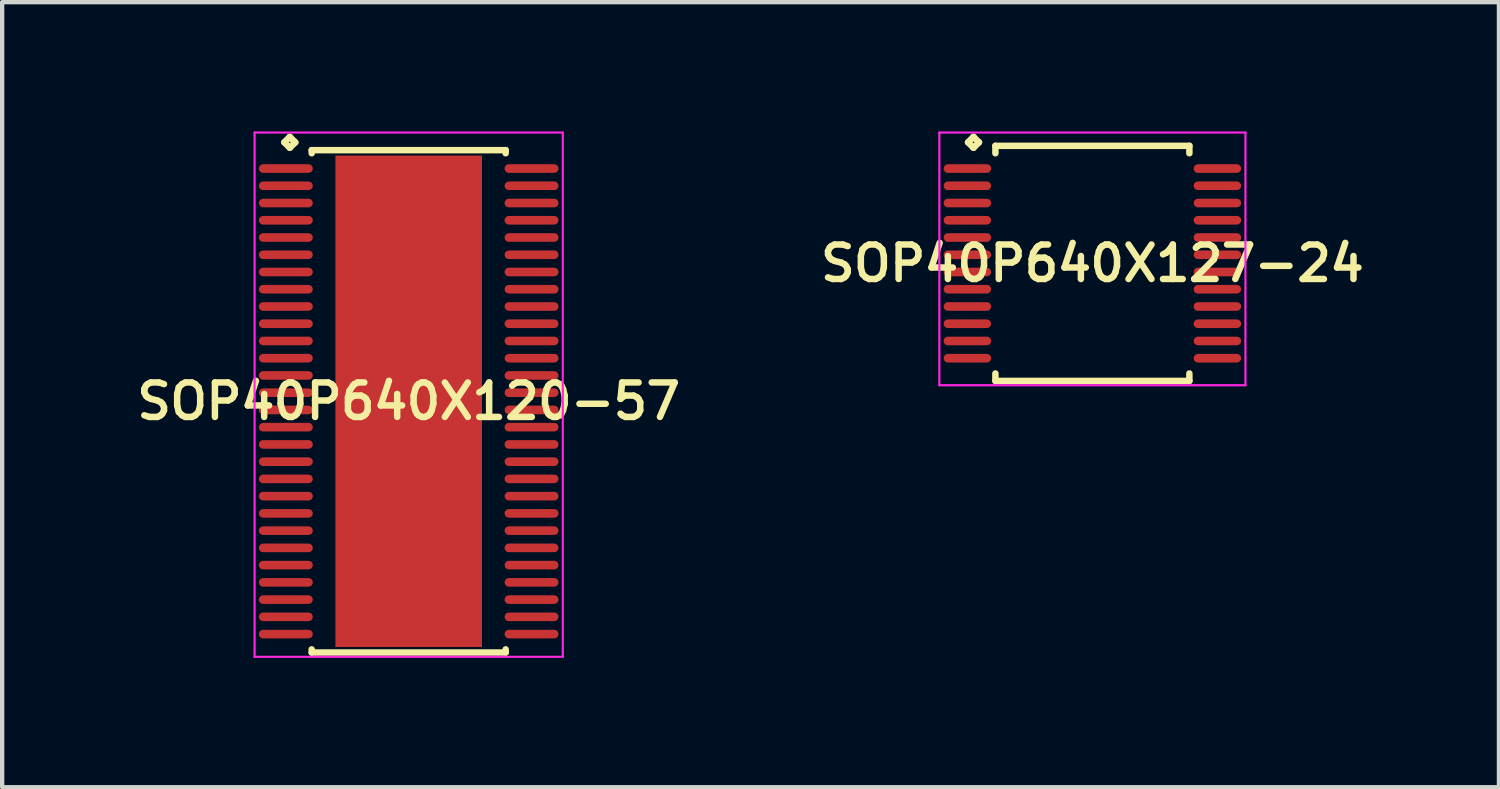
<source format=kicad_pcb>
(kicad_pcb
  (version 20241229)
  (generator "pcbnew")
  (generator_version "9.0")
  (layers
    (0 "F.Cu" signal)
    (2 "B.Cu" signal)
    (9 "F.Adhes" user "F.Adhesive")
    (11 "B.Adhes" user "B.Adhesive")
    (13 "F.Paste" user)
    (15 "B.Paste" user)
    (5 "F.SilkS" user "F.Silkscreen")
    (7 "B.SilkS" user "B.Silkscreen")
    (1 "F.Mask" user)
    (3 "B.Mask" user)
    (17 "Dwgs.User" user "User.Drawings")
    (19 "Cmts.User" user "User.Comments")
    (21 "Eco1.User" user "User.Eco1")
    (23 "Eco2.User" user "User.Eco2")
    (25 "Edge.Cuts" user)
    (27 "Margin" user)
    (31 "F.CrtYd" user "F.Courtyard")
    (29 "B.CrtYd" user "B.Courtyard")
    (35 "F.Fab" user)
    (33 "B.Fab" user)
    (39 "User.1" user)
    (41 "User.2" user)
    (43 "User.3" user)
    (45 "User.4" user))
  (footprint "SOP40P640X127-24"
    (layer "F.Cu")
    (at 22.292 3.06)
    (property "Reference" "SOP40P640X127-24" (at 0 0 0) (layer "F.SilkS") (effects (font (size 0.8 0.8) (thickness 0.15))))
    (attr smd)
    (fp_line (start -2.885 -2.808) (end -2.758 -2.935) (stroke (width 0.15) (type solid)) (layer "F.SilkS"))
    (fp_line (start -2.758 -2.935) (end -2.631 -2.808) (stroke (width 0.15) (type solid)) (layer "F.SilkS"))
    (fp_line (start -2.758 -2.681) (end -2.885 -2.808) (stroke (width 0.15) (type solid)) (layer "F.SilkS"))
    (fp_line (start -2.631 -2.808) (end -2.758 -2.681) (stroke (width 0.15) (type solid)) (layer "F.SilkS"))
    (fp_line (start -2.25 -2.727) (end 2.25 -2.727) (stroke (width 0.15) (type solid)) (layer "F.SilkS"))
    (fp_line (start -2.25 -2.554) (end -2.25 -2.727) (stroke (width 0.15) (type solid)) (layer "F.SilkS"))
    (fp_line (start -2.25 2.554) (end -2.25 2.727) (stroke (width 0.15) (type solid)) (layer "F.SilkS"))
    (fp_line (start -2.25 2.727) (end 2.25 2.727) (stroke (width 0.15) (type solid)) (layer "F.SilkS"))
    (fp_line (start 2.25 -2.727) (end 2.25 -2.554) (stroke (width 0.15) (type solid)) (layer "F.SilkS"))
    (fp_line (start 2.25 2.727) (end 2.25 2.554) (stroke (width 0.15) (type solid)) (layer "F.SilkS"))
    (fp_line (start -3.55 -3.035) (end 3.55 -3.035) (stroke (width 0.05) (type solid)) (layer "F.CrtYd"))
    (fp_line (start -3.55 2.827) (end -3.55 -3.035) (stroke (width 0.05) (type solid)) (layer "F.CrtYd"))
    (fp_line (start 3.55 -3.035) (end 3.55 2.827) (stroke (width 0.05) (type solid)) (layer "F.CrtYd"))
    (fp_line (start 3.55 2.827) (end -3.55 2.827) (stroke (width 0.05) (type solid)) (layer "F.CrtYd"))
    (pad "1" smd oval (at -2.9 -2.2) (size 1.1 0.2) (layers "F.Cu" "F.Mask" "F.Paste"))
    (pad "2" smd oval (at -2.9 -1.8) (size 1.1 0.2) (layers "F.Cu" "F.Mask" "F.Paste"))
    (pad "3" smd oval (at -2.9 -1.4) (size 1.1 0.2) (layers "F.Cu" "F.Mask" "F.Paste"))
    (pad "4" smd oval (at -2.9 -1) (size 1.1 0.2) (layers "F.Cu" "F.Mask" "F.Paste"))
    (pad "5" smd oval (at -2.9 -0.6) (size 1.1 0.2) (layers "F.Cu" "F.Mask" "F.Paste"))
    (pad "6" smd oval (at -2.9 -0.2) (size 1.1 0.2) (layers "F.Cu" "F.Mask" "F.Paste"))
    (pad "7" smd oval (at -2.9 0.2) (size 1.1 0.2) (layers "F.Cu" "F.Mask" "F.Paste"))
    (pad "8" smd oval (at -2.9 0.6) (size 1.1 0.2) (layers "F.Cu" "F.Mask" "F.Paste"))
    (pad "9" smd oval (at -2.9 1) (size 1.1 0.2) (layers "F.Cu" "F.Mask" "F.Paste"))
    (pad "10" smd oval (at -2.9 1.4) (size 1.1 0.2) (layers "F.Cu" "F.Mask" "F.Paste"))
    (pad "11" smd oval (at -2.9 1.8) (size 1.1 0.2) (layers "F.Cu" "F.Mask" "F.Paste"))
    (pad "12" smd oval (at -2.9 2.2) (size 1.1 0.2) (layers "F.Cu" "F.Mask" "F.Paste"))
    (pad "13" smd oval (at 2.9 2.2) (size 1.1 0.2) (layers "F.Cu" "F.Mask" "F.Paste"))
    (pad "14" smd oval (at 2.9 1.8) (size 1.1 0.2) (layers "F.Cu" "F.Mask" "F.Paste"))
    (pad "15" smd oval (at 2.9 1.4) (size 1.1 0.2) (layers "F.Cu" "F.Mask" "F.Paste"))
    (pad "16" smd oval (at 2.9 1) (size 1.1 0.2) (layers "F.Cu" "F.Mask" "F.Paste"))
    (pad "17" smd oval (at 2.9 0.6) (size 1.1 0.2) (layers "F.Cu" "F.Mask" "F.Paste"))
    (pad "18" smd oval (at 2.9 0.2) (size 1.1 0.2) (layers "F.Cu" "F.Mask" "F.Paste"))
    (pad "19" smd oval (at 2.9 -0.2) (size 1.1 0.2) (layers "F.Cu" "F.Mask" "F.Paste"))
    (pad "20" smd oval (at 2.9 -0.6) (size 1.1 0.2) (layers "F.Cu" "F.Mask" "F.Paste"))
    (pad "21" smd oval (at 2.9 -1) (size 1.1 0.2) (layers "F.Cu" "F.Mask" "F.Paste"))
    (pad "22" smd oval (at 2.9 -1.4) (size 1.1 0.2) (layers "F.Cu" "F.Mask" "F.Paste"))
    (pad "23" smd oval (at 2.9 -1.8) (size 1.1 0.2) (layers "F.Cu" "F.Mask" "F.Paste"))
    (pad "24" smd oval (at 2.9 -2.2) (size 1.1 0.2) (layers "F.Cu" "F.Mask" "F.Paste")))
  (footprint "SOP40P640X120-57"
    (layer "F.Cu")
    (at 6.431 6.26)
    (property "Reference" "SOP40P640X120-57" (at 0 0 0) (layer "F.SilkS") (effects (font (size 0.8 0.8) (thickness 0.15))))
    (attr smd)
    (fp_line (start -2.885 -6.008) (end -2.758 -6.135) (stroke (width 0.15) (type solid)) (layer "F.SilkS"))
    (fp_line (start -2.758 -6.135) (end -2.631 -6.008) (stroke (width 0.15) (type solid)) (layer "F.SilkS"))
    (fp_line (start -2.758 -5.881) (end -2.885 -6.008) (stroke (width 0.15) (type solid)) (layer "F.SilkS"))
    (fp_line (start -2.631 -6.008) (end -2.758 -5.881) (stroke (width 0.15) (type solid)) (layer "F.SilkS"))
    (fp_line (start -2.25 -5.827) (end 2.25 -5.827) (stroke (width 0.15) (type solid)) (layer "F.SilkS"))
    (fp_line (start -2.25 -5.754) (end -2.25 -5.827) (stroke (width 0.15) (type solid)) (layer "F.SilkS"))
    (fp_line (start -2.25 5.754) (end -2.25 5.827) (stroke (width 0.15) (type solid)) (layer "F.SilkS"))
    (fp_line (start -2.25 5.827) (end 2.25 5.827) (stroke (width 0.15) (type solid)) (layer "F.SilkS"))
    (fp_line (start 2.25 -5.827) (end 2.25 -5.754) (stroke (width 0.15) (type solid)) (layer "F.SilkS"))
    (fp_line (start 2.25 5.827) (end 2.25 5.754) (stroke (width 0.15) (type solid)) (layer "F.SilkS"))
    (fp_line (start -3.575 -6.235) (end 3.575 -6.235) (stroke (width 0.05) (type solid)) (layer "F.CrtYd"))
    (fp_line (start -3.575 5.927) (end -3.575 -6.235) (stroke (width 0.05) (type solid)) (layer "F.CrtYd"))
    (fp_line (start 3.575 -6.235) (end 3.575 5.927) (stroke (width 0.05) (type solid)) (layer "F.CrtYd"))
    (fp_line (start 3.575 5.927) (end -3.575 5.927) (stroke (width 0.05) (type solid)) (layer "F.CrtYd"))
    (pad "1" smd oval (at -2.85 -5.4) (size 1.25 0.2) (layers "F.Cu" "F.Mask" "F.Paste"))
    (pad "2" smd oval (at -2.85 -5) (size 1.25 0.2) (layers "F.Cu" "F.Mask" "F.Paste"))
    (pad "3" smd oval (at -2.85 -4.6) (size 1.25 0.2) (layers "F.Cu" "F.Mask" "F.Paste"))
    (pad "4" smd oval (at -2.85 -4.2) (size 1.25 0.2) (layers "F.Cu" "F.Mask" "F.Paste"))
    (pad "5" smd oval (at -2.85 -3.8) (size 1.25 0.2) (layers "F.Cu" "F.Mask" "F.Paste"))
    (pad "6" smd oval (at -2.85 -3.4) (size 1.25 0.2) (layers "F.Cu" "F.Mask" "F.Paste"))
    (pad "7" smd oval (at -2.85 -3) (size 1.25 0.2) (layers "F.Cu" "F.Mask" "F.Paste"))
    (pad "8" smd oval (at -2.85 -2.6) (size 1.25 0.2) (layers "F.Cu" "F.Mask" "F.Paste"))
    (pad "9" smd oval (at -2.85 -2.2) (size 1.25 0.2) (layers "F.Cu" "F.Mask" "F.Paste"))
    (pad "10" smd oval (at -2.85 -1.8) (size 1.25 0.2) (layers "F.Cu" "F.Mask" "F.Paste"))
    (pad "11" smd oval (at -2.85 -1.4) (size 1.25 0.2) (layers "F.Cu" "F.Mask" "F.Paste"))
    (pad "12" smd oval (at -2.85 -1) (size 1.25 0.2) (layers "F.Cu" "F.Mask" "F.Paste"))
    (pad "13" smd oval (at -2.85 -0.6) (size 1.25 0.2) (layers "F.Cu" "F.Mask" "F.Paste"))
    (pad "14" smd oval (at -2.85 -0.2) (size 1.25 0.2) (layers "F.Cu" "F.Mask" "F.Paste"))
    (pad "15" smd oval (at -2.85 0.2) (size 1.25 0.2) (layers "F.Cu" "F.Mask" "F.Paste"))
    (pad "16" smd oval (at -2.85 0.6) (size 1.25 0.2) (layers "F.Cu" "F.Mask" "F.Paste"))
    (pad "17" smd oval (at -2.85 1) (size 1.25 0.2) (layers "F.Cu" "F.Mask" "F.Paste"))
    (pad "18" smd oval (at -2.85 1.4) (size 1.25 0.2) (layers "F.Cu" "F.Mask" "F.Paste"))
    (pad "19" smd oval (at -2.85 1.8) (size 1.25 0.2) (layers "F.Cu" "F.Mask" "F.Paste"))
    (pad "20" smd oval (at -2.85 2.2) (size 1.25 0.2) (layers "F.Cu" "F.Mask" "F.Paste"))
    (pad "21" smd oval (at -2.85 2.6) (size 1.25 0.2) (layers "F.Cu" "F.Mask" "F.Paste"))
    (pad "22" smd oval (at -2.85 3) (size 1.25 0.2) (layers "F.Cu" "F.Mask" "F.Paste"))
    (pad "23" smd oval (at -2.85 3.4) (size 1.25 0.2) (layers "F.Cu" "F.Mask" "F.Paste"))
    (pad "24" smd oval (at -2.85 3.8) (size 1.25 0.2) (layers "F.Cu" "F.Mask" "F.Paste"))
    (pad "25" smd oval (at -2.85 4.2) (size 1.25 0.2) (layers "F.Cu" "F.Mask" "F.Paste"))
    (pad "26" smd oval (at -2.85 4.6) (size 1.25 0.2) (layers "F.Cu" "F.Mask" "F.Paste"))
    (pad "27" smd oval (at -2.85 5) (size 1.25 0.2) (layers "F.Cu" "F.Mask" "F.Paste"))
    (pad "28" smd oval (at -2.85 5.4) (size 1.25 0.2) (layers "F.Cu" "F.Mask" "F.Paste"))
    (pad "29" smd oval (at 2.85 5.4) (size 1.25 0.2) (layers "F.Cu" "F.Mask" "F.Paste"))
    (pad "30" smd oval (at 2.85 5) (size 1.25 0.2) (layers "F.Cu" "F.Mask" "F.Paste"))
    (pad "31" smd oval (at 2.85 4.6) (size 1.25 0.2) (layers "F.Cu" "F.Mask" "F.Paste"))
    (pad "32" smd oval (at 2.85 4.2) (size 1.25 0.2) (layers "F.Cu" "F.Mask" "F.Paste"))
    (pad "33" smd oval (at 2.85 3.8) (size 1.25 0.2) (layers "F.Cu" "F.Mask" "F.Paste"))
    (pad "34" smd oval (at 2.85 3.4) (size 1.25 0.2) (layers "F.Cu" "F.Mask" "F.Paste"))
    (pad "35" smd oval (at 2.85 3) (size 1.25 0.2) (layers "F.Cu" "F.Mask" "F.Paste"))
    (pad "36" smd oval (at 2.85 2.6) (size 1.25 0.2) (layers "F.Cu" "F.Mask" "F.Paste"))
    (pad "37" smd oval (at 2.85 2.2) (size 1.25 0.2) (layers "F.Cu" "F.Mask" "F.Paste"))
    (pad "38" smd oval (at 2.85 1.8) (size 1.25 0.2) (layers "F.Cu" "F.Mask" "F.Paste"))
    (pad "39" smd oval (at 2.85 1.4) (size 1.25 0.2) (layers "F.Cu" "F.Mask" "F.Paste"))
    (pad "40" smd oval (at 2.85 1) (size 1.25 0.2) (layers "F.Cu" "F.Mask" "F.Paste"))
    (pad "41" smd oval (at 2.85 0.6) (size 1.25 0.2) (layers "F.Cu" "F.Mask" "F.Paste"))
    (pad "42" smd oval (at 2.85 0.2) (size 1.25 0.2) (layers "F.Cu" "F.Mask" "F.Paste"))
    (pad "43" smd oval (at 2.85 -0.2) (size 1.25 0.2) (layers "F.Cu" "F.Mask" "F.Paste"))
    (pad "44" smd oval (at 2.85 -0.6) (size 1.25 0.2) (layers "F.Cu" "F.Mask" "F.Paste"))
    (pad "45" smd oval (at 2.85 -1) (size 1.25 0.2) (layers "F.Cu" "F.Mask" "F.Paste"))
    (pad "46" smd oval (at 2.85 -1.4) (size 1.25 0.2) (layers "F.Cu" "F.Mask" "F.Paste"))
    (pad "47" smd oval (at 2.85 -1.8) (size 1.25 0.2) (layers "F.Cu" "F.Mask" "F.Paste"))
    (pad "48" smd oval (at 2.85 -2.2) (size 1.25 0.2) (layers "F.Cu" "F.Mask" "F.Paste"))
    (pad "49" smd oval (at 2.85 -2.6) (size 1.25 0.2) (layers "F.Cu" "F.Mask" "F.Paste"))
    (pad "50" smd oval (at 2.85 -3) (size 1.25 0.2) (layers "F.Cu" "F.Mask" "F.Paste"))
    (pad "51" smd oval (at 2.85 -3.4) (size 1.25 0.2) (layers "F.Cu" "F.Mask" "F.Paste"))
    (pad "52" smd oval (at 2.85 -3.8) (size 1.25 0.2) (layers "F.Cu" "F.Mask" "F.Paste"))
    (pad "53" smd oval (at 2.85 -4.2) (size 1.25 0.2) (layers "F.Cu" "F.Mask" "F.Paste"))
    (pad "54" smd oval (at 2.85 -4.6) (size 1.25 0.2) (layers "F.Cu" "F.Mask" "F.Paste"))
    (pad "55" smd oval (at 2.85 -5) (size 1.25 0.2) (layers "F.Cu" "F.Mask" "F.Paste"))
    (pad "56" smd oval (at 2.85 -5.4) (size 1.25 0.2) (layers "F.Cu" "F.Mask" "F.Paste"))
    (pad "57" smd rect (at 0 0) (size 3.4 11.4) (layers "F.Cu" "F.Mask" "F.Paste")))
  (gr_rect
    (start -3 -3)
    (end 31.723 15.212)
    (stroke (width 0.1) (type default))
    (fill no)
    (layer "Edge.Cuts")))
</source>
